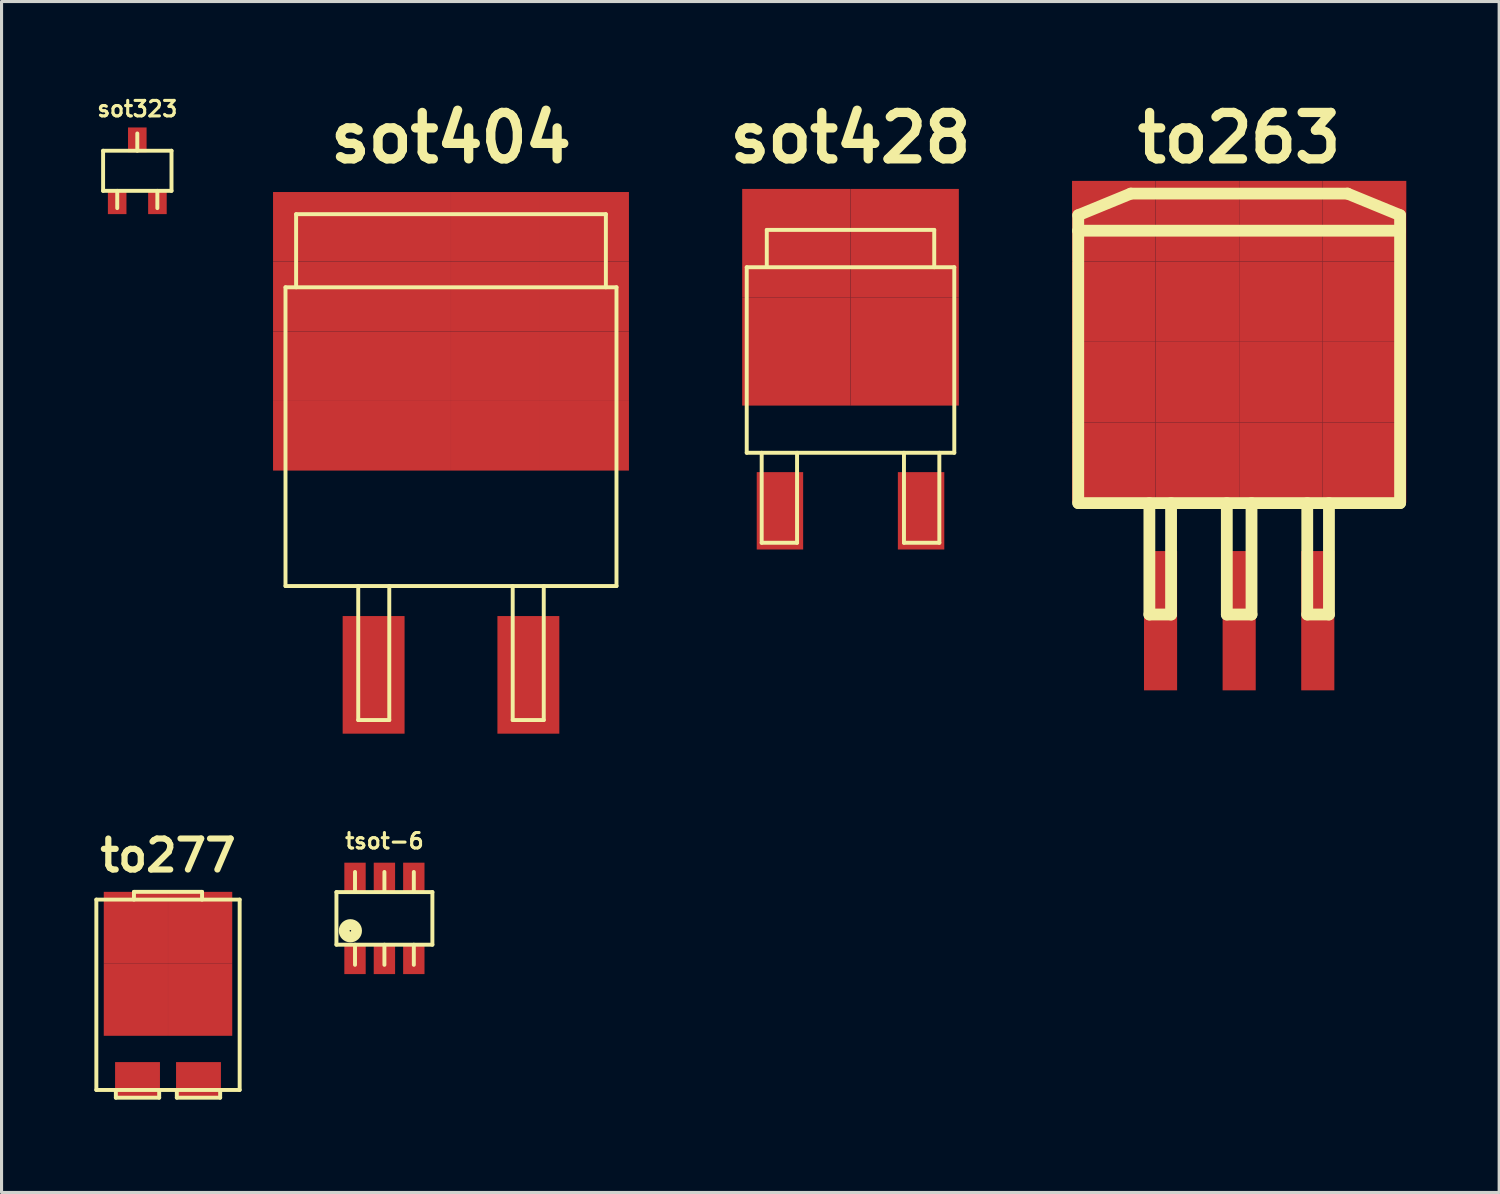
<source format=kicad_pcb>
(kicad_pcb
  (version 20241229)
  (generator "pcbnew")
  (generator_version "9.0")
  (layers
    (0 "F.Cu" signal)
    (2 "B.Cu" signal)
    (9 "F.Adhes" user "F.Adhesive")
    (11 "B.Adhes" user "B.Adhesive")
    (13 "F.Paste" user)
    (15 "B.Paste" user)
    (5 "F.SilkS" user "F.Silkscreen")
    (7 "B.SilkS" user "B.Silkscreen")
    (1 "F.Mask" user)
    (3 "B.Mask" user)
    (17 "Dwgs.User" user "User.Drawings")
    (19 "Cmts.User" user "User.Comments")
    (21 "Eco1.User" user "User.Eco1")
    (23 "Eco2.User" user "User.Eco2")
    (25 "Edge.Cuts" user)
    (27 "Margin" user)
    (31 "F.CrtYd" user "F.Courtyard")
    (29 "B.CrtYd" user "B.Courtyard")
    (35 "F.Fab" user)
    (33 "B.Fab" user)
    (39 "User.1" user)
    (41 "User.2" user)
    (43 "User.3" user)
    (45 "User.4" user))
  (footprint "sot428"
    (layer "F.Cu")
    (at 24.429 8.904)
    (property "Reference" "sot428" (at 0 -7.5 0) (layer "F.SilkS") (effects (font (size 1.5 1.5) (thickness 0.3))))
    (attr smd)
    (fp_line (start -3.353 -3.32) (end -3.353 2.675) (stroke (width 0.127) (type solid)) (layer "F.SilkS"))
    (fp_line (start -2.87 2.675) (end -2.87 5.583) (stroke (width 0.127) (type solid)) (layer "F.SilkS"))
    (fp_line (start -2.87 5.583) (end -1.727 5.583) (stroke (width 0.127) (type solid)) (layer "F.SilkS"))
    (fp_line (start -2.705 -4.526) (end 2.705 -4.526) (stroke (width 0.127) (type solid)) (layer "F.SilkS"))
    (fp_line (start -2.705 -3.332) (end -2.705 -4.526) (stroke (width 0.127) (type solid)) (layer "F.SilkS"))
    (fp_line (start -1.727 5.583) (end -1.727 2.675) (stroke (width 0.127) (type solid)) (layer "F.SilkS"))
    (fp_line (start 1.727 2.675) (end 1.727 5.583) (stroke (width 0.127) (type solid)) (layer "F.SilkS"))
    (fp_line (start 1.727 5.583) (end 2.87 5.583) (stroke (width 0.127) (type solid)) (layer "F.SilkS"))
    (fp_line (start 2.705 -4.526) (end 2.705 -3.32) (stroke (width 0.127) (type solid)) (layer "F.SilkS"))
    (fp_line (start 2.87 5.583) (end 2.87 2.675) (stroke (width 0.127) (type solid)) (layer "F.SilkS"))
    (fp_line (start 3.353 -3.32) (end -3.353 -3.32) (stroke (width 0.127) (type solid)) (layer "F.SilkS"))
    (fp_line (start 3.353 2.675) (end -3.353 2.675) (stroke (width 0.127) (type solid)) (layer "F.SilkS"))
    (fp_line (start 3.353 2.675) (end 3.353 -3.32) (stroke (width 0.127) (type solid)) (layer "F.SilkS"))
    (pad "1" smd rect (at -2.28 4.55) (size 1.5 2.5) (layers "F.Cu" "F.Mask" "F.Paste"))
    (pad "2" smd rect (at -1.75 -4.1) (size 3.5 3.5) (layers "F.Cu" "F.Mask" "F.Paste"))
    (pad "2" smd rect (at -1.75 -0.6) (size 3.5 3.5) (layers "F.Cu" "F.Mask" "F.Paste"))
    (pad "2" smd rect (at 1.75 -4.1) (size 3.5 3.5) (layers "F.Cu" "F.Mask" "F.Paste"))
    (pad "2" smd rect (at 1.75 -0.6) (size 3.5 3.5) (layers "F.Cu" "F.Mask" "F.Paste"))
    (pad "3" smd rect (at 2.28 4.55) (size 1.5 2.5) (layers "F.Cu" "F.Mask" "F.Paste")))
  (footprint "tsot-6"
    (layer "F.Cu")
    (at 9.37 26.622)
    (property "Reference" "tsot-6" (at 0 -2.5 0) (layer "F.SilkS") (effects (font (size 0.5 0.5) (thickness 0.1))))
    (attr smd)
    (fp_line (start -1.55 -0.85) (end 1.55 -0.85) (stroke (width 0.127) (type solid)) (layer "F.SilkS"))
    (fp_line (start -1.55 0.85) (end -1.55 -0.85) (stroke (width 0.127) (type solid)) (layer "F.SilkS"))
    (fp_line (start -0.95 -0.85) (end -0.95 -1.5) (stroke (width 0.127) (type solid)) (layer "F.SilkS"))
    (fp_line (start -0.95 0.85) (end -0.95 1.5) (stroke (width 0.127) (type solid)) (layer "F.SilkS"))
    (fp_line (start 0 -0.85) (end 0 -1.5) (stroke (width 0.127) (type solid)) (layer "F.SilkS"))
    (fp_line (start 0 0.85) (end 0 1.5) (stroke (width 0.127) (type solid)) (layer "F.SilkS"))
    (fp_line (start 0.95 -0.85) (end 0.95 -1.5) (stroke (width 0.127) (type solid)) (layer "F.SilkS"))
    (fp_line (start 0.95 0.85) (end 0.95 1.5) (stroke (width 0.127) (type solid)) (layer "F.SilkS"))
    (fp_line (start 1.55 -0.85) (end 1.55 0.85) (stroke (width 0.127) (type solid)) (layer "F.SilkS"))
    (fp_line (start 1.55 0.85) (end -1.55 0.85) (stroke (width 0.127) (type solid)) (layer "F.SilkS"))
    (fp_circle (center -1.1 0.4) (end -1.3 0.4) (stroke (width 0.15) (type solid)) (fill no) (layer "F.SilkS"))
    (fp_circle (center -1.1 0.4) (end -1.2 0.4) (stroke (width 0.15) (type solid)) (fill no) (layer "F.SilkS"))
    (fp_circle (center -1.1 0.4) (end -0.8 0.4) (stroke (width 0.15) (type solid)) (fill no) (layer "F.SilkS"))
    (pad "1" smd rect (at -0.95 1.3) (size 0.69 1) (layers "F.Cu" "F.Mask" "F.Paste"))
    (pad "2" smd rect (at 0 1.3) (size 0.69 1) (layers "F.Cu" "F.Mask" "F.Paste"))
    (pad "3" smd rect (at 0.95 1.3) (size 0.69 1) (layers "F.Cu" "F.Mask" "F.Paste"))
    (pad "4" smd rect (at 0.95 -1.3) (size 0.69 1) (layers "F.Cu" "F.Mask" "F.Paste"))
    (pad "5" smd rect (at 0 -1.3) (size 0.69 1) (layers "F.Cu" "F.Mask" "F.Paste"))
    (pad "6" smd rect (at -0.95 -1.3) (size 0.69 1) (layers "F.Cu" "F.Mask" "F.Paste")))
  (footprint "sot323"
    (layer "F.Cu")
    (at 1.386 2.468)
    (property "Reference" "sot323" (at 0 -2 0) (layer "F.SilkS") (effects (font (size 0.5 0.5) (thickness 0.1))))
    (attr smd)
    (fp_line (start -1.105 -0.648) (end 1.105 -0.648) (stroke (width 0.127) (type solid)) (layer "F.SilkS"))
    (fp_line (start -1.105 0.648) (end -1.105 -0.648) (stroke (width 0.127) (type solid)) (layer "F.SilkS"))
    (fp_line (start -0.648 0.648) (end -0.648 1.206) (stroke (width 0.127) (type solid)) (layer "F.SilkS"))
    (fp_line (start 0 -0.648) (end 0 -1.206) (stroke (width 0.127) (type solid)) (layer "F.SilkS"))
    (fp_line (start 0.648 0.648) (end 0.648 1.206) (stroke (width 0.127) (type solid)) (layer "F.SilkS"))
    (fp_line (start 1.105 -0.648) (end 1.105 0.648) (stroke (width 0.127) (type solid)) (layer "F.SilkS"))
    (fp_line (start 1.105 0.648) (end -1.105 0.648) (stroke (width 0.127) (type solid)) (layer "F.SilkS"))
    (pad "1" smd rect (at -0.65 1) (size 0.6 0.8) (layers "F.Cu" "F.Mask" "F.Paste"))
    (pad "2" smd rect (at 0 -1) (size 0.6 0.8) (layers "F.Cu" "F.Mask" "F.Paste"))
    (pad "3" smd rect (at 0.65 1) (size 0.6 0.8) (layers "F.Cu" "F.Mask" "F.Paste")))
  (footprint "to263"
    (layer "F.Cu")
    (at 36.986 11.404)
    (property "Reference" "to263" (at 0 -10 0) (layer "F.SilkS") (effects (font (size 1.5 1.5) (thickness 0.3))))
    (attr smd)
    (fp_line (start -5.199 -7.501) (end -3.5 -8.199) (stroke (width 0.381) (type solid)) (layer "F.SilkS"))
    (fp_line (start -5.199 -7) (end -5.199 -7.501) (stroke (width 0.381) (type solid)) (layer "F.SilkS"))
    (fp_line (start -5.199 -7) (end -5.199 1.801) (stroke (width 0.381) (type solid)) (layer "F.SilkS"))
    (fp_line (start -5.199 1.801) (end 5.199 1.801) (stroke (width 0.381) (type solid)) (layer "F.SilkS"))
    (fp_line (start -3.5 -8.199) (end 3.5 -8.199) (stroke (width 0.381) (type solid)) (layer "F.SilkS"))
    (fp_line (start -2.901 1.801) (end -2.901 5.4) (stroke (width 0.381) (type solid)) (layer "F.SilkS"))
    (fp_line (start -2.901 5.4) (end -2.2 5.4) (stroke (width 0.381) (type solid)) (layer "F.SilkS"))
    (fp_line (start -2.2 5.4) (end -2.2 1.801) (stroke (width 0.381) (type solid)) (layer "F.SilkS"))
    (fp_line (start -0.399 1.801) (end -0.399 5.4) (stroke (width 0.381) (type solid)) (layer "F.SilkS"))
    (fp_line (start -0.399 5.4) (end 0.399 5.4) (stroke (width 0.381) (type solid)) (layer "F.SilkS"))
    (fp_line (start 0.399 5.4) (end 0.399 1.801) (stroke (width 0.381) (type solid)) (layer "F.SilkS"))
    (fp_line (start 2.2 1.801) (end 2.2 5.4) (stroke (width 0.381) (type solid)) (layer "F.SilkS"))
    (fp_line (start 2.2 5.4) (end 2.901 5.4) (stroke (width 0.381) (type solid)) (layer "F.SilkS"))
    (fp_line (start 2.901 5.4) (end 2.901 1.801) (stroke (width 0.381) (type solid)) (layer "F.SilkS"))
    (fp_line (start 3.5 -8.199) (end 5.199 -7.501) (stroke (width 0.381) (type solid)) (layer "F.SilkS"))
    (fp_line (start 5.199 -7.501) (end 5.199 -7) (stroke (width 0.381) (type solid)) (layer "F.SilkS"))
    (fp_line (start 5.199 -7) (end -5.199 -7) (stroke (width 0.381) (type solid)) (layer "F.SilkS"))
    (fp_line (start 5.199 1.801) (end 5.199 -7) (stroke (width 0.381) (type solid)) (layer "F.SilkS"))
    (pad "1" smd rect (at -2.54 5.6) (size 1.07 4.5) (layers "F.Cu" "F.Mask" "F.Paste"))
    (pad "2" smd rect (at 0 5.6) (size 1.07 4.5) (layers "F.Cu" "F.Mask" "F.Paste"))
    (pad "3" smd rect (at 2.54 5.6) (size 1.07 4.5) (layers "F.Cu" "F.Mask" "F.Paste"))
    (pad "4" smd rect (at -4.05 -7.31) (size 2.7 2.6) (layers "F.Cu" "F.Mask" "F.Paste"))
    (pad "4" smd rect (at -4.05 -4.71) (size 2.7 2.6) (layers "F.Cu" "F.Mask" "F.Paste"))
    (pad "4" smd rect (at -4.05 -2.11) (size 2.7 2.6) (layers "F.Cu" "F.Mask" "F.Paste"))
    (pad "4" smd rect (at -4.05 0.49) (size 2.7 2.6) (layers "F.Cu" "F.Mask" "F.Paste"))
    (pad "4" smd rect (at -1.35 -7.31) (size 2.7 2.6) (layers "F.Cu" "F.Mask" "F.Paste"))
    (pad "4" smd rect (at -1.35 -4.71) (size 2.7 2.6) (layers "F.Cu" "F.Mask" "F.Paste"))
    (pad "4" smd rect (at -1.35 -2.11) (size 2.7 2.6) (layers "F.Cu" "F.Mask" "F.Paste"))
    (pad "4" smd rect (at -1.35 0.49) (size 2.7 2.6) (layers "F.Cu" "F.Mask" "F.Paste"))
    (pad "4" smd rect (at 1.35 -7.31) (size 2.7 2.6) (layers "F.Cu" "F.Mask" "F.Paste"))
    (pad "4" smd rect (at 1.35 -4.71) (size 2.7 2.6) (layers "F.Cu" "F.Mask" "F.Paste"))
    (pad "4" smd rect (at 1.35 -2.11) (size 2.7 2.6) (layers "F.Cu" "F.Mask" "F.Paste"))
    (pad "4" smd rect (at 1.35 0.49) (size 2.7 2.6) (layers "F.Cu" "F.Mask" "F.Paste"))
    (pad "4" smd rect (at 4.05 -7.31) (size 2.7 2.6) (layers "F.Cu" "F.Mask" "F.Paste"))
    (pad "4" smd rect (at 4.05 -4.71) (size 2.7 2.6) (layers "F.Cu" "F.Mask" "F.Paste"))
    (pad "4" smd rect (at 4.05 -2.11) (size 2.7 2.6) (layers "F.Cu" "F.Mask" "F.Paste"))
    (pad "4" smd rect (at 4.05 0.49) (size 2.7 2.6) (layers "F.Cu" "F.Mask" "F.Paste")))
  (footprint "to277"
    (layer "F.Cu")
    (at 2.378 29.09)
    (property "Reference" "to277" (at 0 -4.5 0) (layer "F.SilkS") (effects (font (size 1 1) (thickness 0.2))))
    (attr smd)
    (fp_line (start -2.315 -3.075) (end -2.315 3.075) (stroke (width 0.127) (type solid)) (layer "F.SilkS"))
    (fp_line (start -2.315 3.075) (end 2.315 3.075) (stroke (width 0.127) (type solid)) (layer "F.SilkS"))
    (fp_line (start -1.685 3.325) (end -1.685 3.075) (stroke (width 0.127) (type solid)) (layer "F.SilkS"))
    (fp_line (start -1.685 3.325) (end -0.285 3.325) (stroke (width 0.127) (type solid)) (layer "F.SilkS"))
    (fp_line (start -1.1 -3.325) (end 1.1 -3.325) (stroke (width 0.127) (type solid)) (layer "F.SilkS"))
    (fp_line (start -1.1 -3.075) (end -1.1 -3.325) (stroke (width 0.127) (type solid)) (layer "F.SilkS"))
    (fp_line (start -0.285 3.325) (end -0.285 3.075) (stroke (width 0.127) (type solid)) (layer "F.SilkS"))
    (fp_line (start 0.285 3.325) (end 0.285 3.075) (stroke (width 0.127) (type solid)) (layer "F.SilkS"))
    (fp_line (start 1.1 -3.075) (end 1.1 -3.325) (stroke (width 0.127) (type solid)) (layer "F.SilkS"))
    (fp_line (start 1.685 3.325) (end 0.285 3.325) (stroke (width 0.127) (type solid)) (layer "F.SilkS"))
    (fp_line (start 1.685 3.325) (end 1.685 3.075) (stroke (width 0.127) (type solid)) (layer "F.SilkS"))
    (fp_line (start 2.315 -3.075) (end -2.315 -3.075) (stroke (width 0.127) (type solid)) (layer "F.SilkS"))
    (fp_line (start 2.315 3.075) (end 2.315 -3.075) (stroke (width 0.127) (type solid)) (layer "F.SilkS"))
    (pad "1" smd rect (at -0.985 2.75) (size 1.45 1.15) (layers "F.Cu" "F.Mask" "F.Paste"))
    (pad "2" smd rect (at -1.038 -2.163) (size 2.075 2.325) (layers "F.Cu" "F.Mask" "F.Paste"))
    (pad "2" smd rect (at -1.038 0.163) (size 2.075 2.325) (layers "F.Cu" "F.Mask" "F.Paste"))
    (pad "2" smd rect (at 1.038 -2.163) (size 2.075 2.325) (layers "F.Cu" "F.Mask" "F.Paste"))
    (pad "2" smd rect (at 1.038 0.163) (size 2.075 2.325) (layers "F.Cu" "F.Mask" "F.Paste"))
    (pad "3" smd rect (at 0.985 2.75) (size 1.45 1.15) (layers "F.Cu" "F.Mask" "F.Paste")))
  (footprint "sot404"
    (layer "F.Cu")
    (at 11.521 11.904)
    (property "Reference" "sot404" (at 0 -10.5 0) (layer "F.SilkS") (effects (font (size 1.5 1.5) (thickness 0.3))))
    (attr smd)
    (fp_line (start -5.347 -5.672) (end 5.347 -5.672) (stroke (width 0.127) (type solid)) (layer "F.SilkS"))
    (fp_line (start -5.347 3.98) (end -5.347 -5.672) (stroke (width 0.127) (type solid)) (layer "F.SilkS"))
    (fp_line (start -5.004 -8.034) (end 5.004 -8.034) (stroke (width 0.127) (type solid)) (layer "F.SilkS"))
    (fp_line (start -5.004 -5.672) (end -5.004 -8.034) (stroke (width 0.127) (type solid)) (layer "F.SilkS"))
    (fp_line (start -2.997 3.98) (end -2.997 8.31) (stroke (width 0.127) (type solid)) (layer "F.SilkS"))
    (fp_line (start -2.997 8.31) (end -1.994 8.31) (stroke (width 0.127) (type solid)) (layer "F.SilkS"))
    (fp_line (start -1.994 8.31) (end -1.994 3.98) (stroke (width 0.127) (type solid)) (layer "F.SilkS"))
    (fp_line (start 1.994 3.98) (end 1.994 8.31) (stroke (width 0.127) (type solid)) (layer "F.SilkS"))
    (fp_line (start 1.994 8.31) (end 2.997 8.31) (stroke (width 0.127) (type solid)) (layer "F.SilkS"))
    (fp_line (start 2.997 8.31) (end 2.997 3.98) (stroke (width 0.127) (type solid)) (layer "F.SilkS"))
    (fp_line (start 5.004 -8.034) (end 5.004 -5.672) (stroke (width 0.127) (type solid)) (layer "F.SilkS"))
    (fp_line (start 5.347 -5.672) (end 5.347 3.98) (stroke (width 0.127) (type solid)) (layer "F.SilkS"))
    (fp_line (start 5.347 3.98) (end -5.347 3.98) (stroke (width 0.127) (type solid)) (layer "F.SilkS"))
    (pad "1" smd rect (at -2.5 6.85) (size 2 3.8) (layers "F.Cu" "F.Mask" "F.Paste"))
    (pad "2" smd rect (at -4.312 -7.625) (size 2.875 2.25) (layers "F.Cu" "F.Mask" "F.Paste"))
    (pad "2" smd rect (at -4.312 -5.375) (size 2.875 2.25) (layers "F.Cu" "F.Mask" "F.Paste"))
    (pad "2" smd rect (at -4.312 -3.125) (size 2.875 2.25) (layers "F.Cu" "F.Mask" "F.Paste"))
    (pad "2" smd rect (at -4.312 -0.875) (size 2.875 2.25) (layers "F.Cu" "F.Mask" "F.Paste"))
    (pad "2" smd rect (at -1.438 -7.625) (size 2.875 2.25) (layers "F.Cu" "F.Mask" "F.Paste"))
    (pad "2" smd rect (at -1.438 -5.375) (size 2.875 2.25) (layers "F.Cu" "F.Mask" "F.Paste"))
    (pad "2" smd rect (at -1.438 -3.125) (size 2.875 2.25) (layers "F.Cu" "F.Mask" "F.Paste"))
    (pad "2" smd rect (at -1.438 -0.875) (size 2.875 2.25) (layers "F.Cu" "F.Mask" "F.Paste"))
    (pad "2" smd rect (at 1.438 -7.625) (size 2.875 2.25) (layers "F.Cu" "F.Mask" "F.Paste"))
    (pad "2" smd rect (at 1.438 -5.375) (size 2.875 2.25) (layers "F.Cu" "F.Mask" "F.Paste"))
    (pad "2" smd rect (at 1.438 -3.125) (size 2.875 2.25) (layers "F.Cu" "F.Mask" "F.Paste"))
    (pad "2" smd rect (at 1.438 -0.875) (size 2.875 2.25) (layers "F.Cu" "F.Mask" "F.Paste"))
    (pad "2" smd rect (at 4.312 -7.625) (size 2.875 2.25) (layers "F.Cu" "F.Mask" "F.Paste"))
    (pad "2" smd rect (at 4.312 -5.375) (size 2.875 2.25) (layers "F.Cu" "F.Mask" "F.Paste"))
    (pad "2" smd rect (at 4.312 -3.125) (size 2.875 2.25) (layers "F.Cu" "F.Mask" "F.Paste"))
    (pad "2" smd rect (at 4.312 -0.875) (size 2.875 2.25) (layers "F.Cu" "F.Mask" "F.Paste"))
    (pad "3" smd rect (at 2.5 6.85) (size 2 3.8) (layers "F.Cu" "F.Mask" "F.Paste")))
  (gr_rect
    (start -3 -3)
    (end 45.386 35.478)
    (stroke (width 0.1) (type default))
    (fill no)
    (layer "Edge.Cuts")))
</source>
